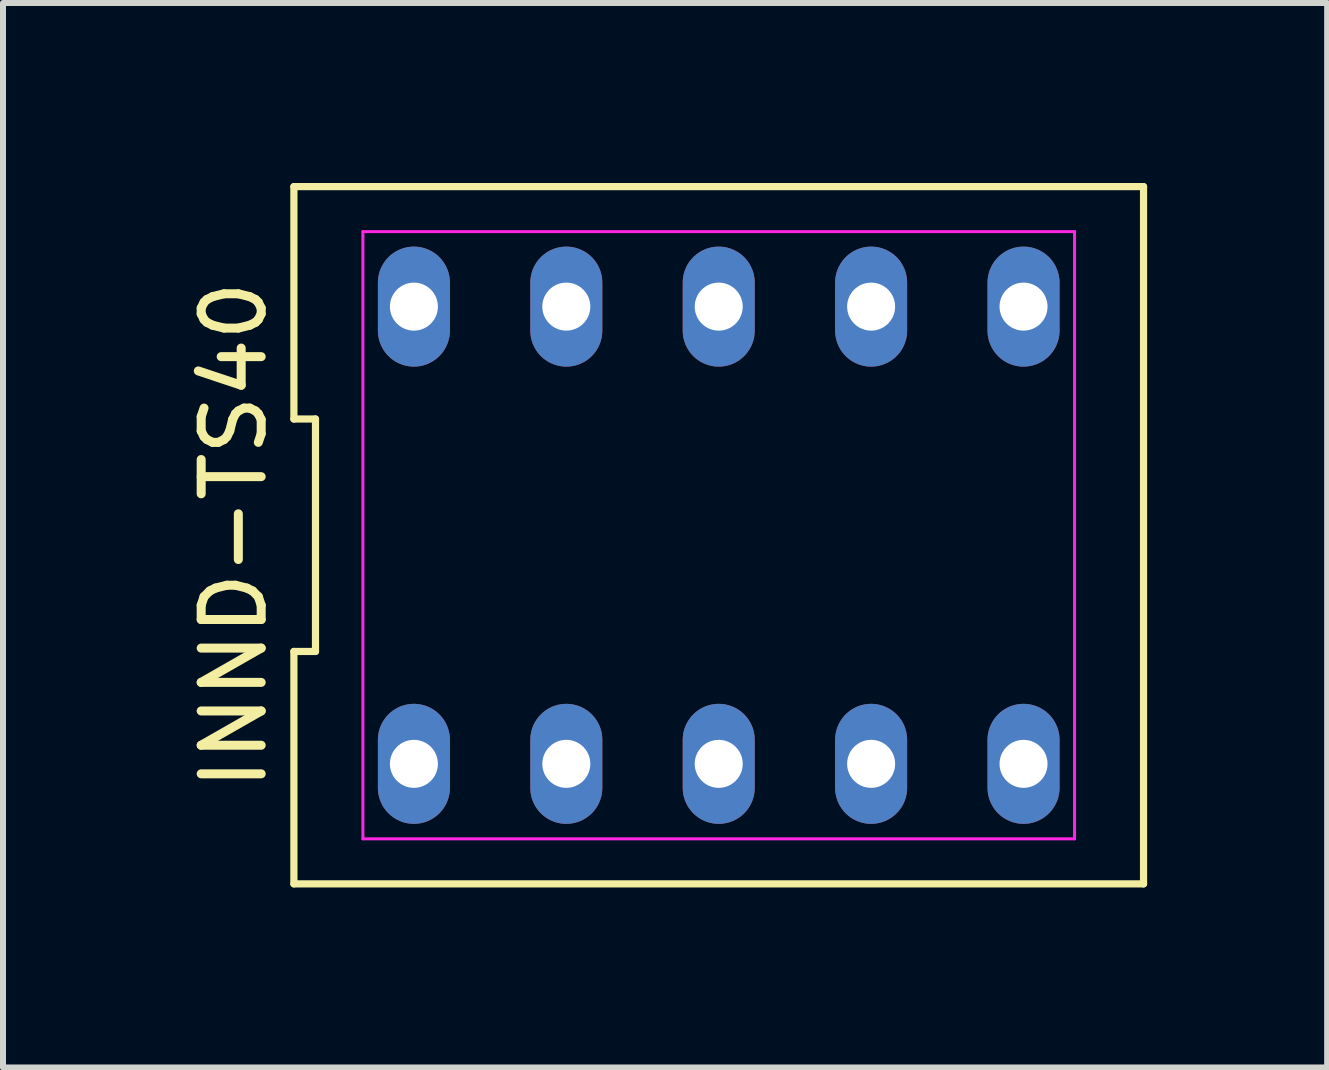
<source format=kicad_pcb>
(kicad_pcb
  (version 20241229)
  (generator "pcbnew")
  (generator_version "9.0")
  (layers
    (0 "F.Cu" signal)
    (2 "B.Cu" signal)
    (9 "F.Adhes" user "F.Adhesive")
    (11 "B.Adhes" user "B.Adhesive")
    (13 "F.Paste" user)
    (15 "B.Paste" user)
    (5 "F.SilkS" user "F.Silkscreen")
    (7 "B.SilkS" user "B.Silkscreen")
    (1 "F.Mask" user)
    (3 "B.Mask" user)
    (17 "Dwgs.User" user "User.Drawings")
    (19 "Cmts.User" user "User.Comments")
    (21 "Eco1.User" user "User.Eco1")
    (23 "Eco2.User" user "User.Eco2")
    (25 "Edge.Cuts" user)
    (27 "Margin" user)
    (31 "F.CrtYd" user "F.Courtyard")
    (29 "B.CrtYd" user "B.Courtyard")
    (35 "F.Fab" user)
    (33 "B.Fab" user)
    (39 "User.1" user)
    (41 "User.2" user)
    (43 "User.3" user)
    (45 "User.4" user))
  (footprint "INND-TS40"
    (layer "F.Cu")
    (at 8.928 5.87)
    (property "Reference" "INND-TS40" (at -8.08 0 90) (layer "F.SilkS") (effects (font (size 1 1) (thickness 0.15))))
    (attr through_hole)
    (fp_line (start -7.08 -5.81) (end -7.08 -1.937) (stroke (width 0.12) (type solid)) (layer "F.SilkS"))
    (fp_line (start -7.08 -1.937) (end -6.72 -1.937) (stroke (width 0.12) (type solid)) (layer "F.SilkS"))
    (fp_line (start -7.08 1.937) (end -7.08 5.81) (stroke (width 0.12) (type solid)) (layer "F.SilkS"))
    (fp_line (start -7.08 5.81) (end 7.08 5.81) (stroke (width 0.12) (type solid)) (layer "F.SilkS"))
    (fp_line (start -6.72 -1.937) (end -6.72 1.937) (stroke (width 0.12) (type solid)) (layer "F.SilkS"))
    (fp_line (start -6.72 1.937) (end -7.08 1.937) (stroke (width 0.12) (type solid)) (layer "F.SilkS"))
    (fp_line (start 7.08 -5.81) (end -7.08 -5.81) (stroke (width 0.12) (type solid)) (layer "F.SilkS"))
    (fp_line (start 7.08 5.81) (end 7.08 -5.81) (stroke (width 0.12) (type solid)) (layer "F.SilkS"))
    (fp_line (start -5.93 -5.06) (end 5.93 -5.06) (stroke (width 0.05) (type solid)) (layer "F.CrtYd"))
    (fp_line (start -5.93 5.06) (end -5.93 -5.06) (stroke (width 0.05) (type solid)) (layer "F.CrtYd"))
    (fp_line (start 5.93 -5.06) (end 5.93 5.06) (stroke (width 0.05) (type solid)) (layer "F.CrtYd"))
    (fp_line (start 5.93 5.06) (end -5.93 5.06) (stroke (width 0.05) (type solid)) (layer "F.CrtYd"))
    (pad "1" thru_hole oval (at -5.08 3.81) (size 1.2 2) (drill 0.8) (layers "*.Cu" "*.Mask"))
    (pad "2" thru_hole oval (at -2.54 3.81) (size 1.2 2) (drill 0.8) (layers "*.Cu" "*.Mask"))
    (pad "3" thru_hole oval (at 0 3.81) (size 1.2 2) (drill 0.8) (layers "*.Cu" "*.Mask"))
    (pad "4" thru_hole oval (at 2.54 3.81) (size 1.2 2) (drill 0.8) (layers "*.Cu" "*.Mask"))
    (pad "5" thru_hole oval (at 5.08 3.81) (size 1.2 2) (drill 0.8) (layers "*.Cu" "*.Mask"))
    (pad "6" thru_hole oval (at 5.08 -3.81) (size 1.2 2) (drill 0.8) (layers "*.Cu" "*.Mask"))
    (pad "7" thru_hole oval (at 2.54 -3.81) (size 1.2 2) (drill 0.8) (layers "*.Cu" "*.Mask"))
    (pad "8" thru_hole oval (at 0 -3.81) (size 1.2 2) (drill 0.8) (layers "*.Cu" "*.Mask"))
    (pad "9" thru_hole oval (at -2.54 -3.81) (size 1.2 2) (drill 0.8) (layers "*.Cu" "*.Mask"))
    (pad "10" thru_hole oval (at -5.08 -3.81) (size 1.2 2) (drill 0.8) (layers "*.Cu" "*.Mask")))
  (gr_rect
    (start -3 -3)
    (end 19.068 14.74)
    (stroke (width 0.1) (type default))
    (fill no)
    (layer "Edge.Cuts")))
</source>
